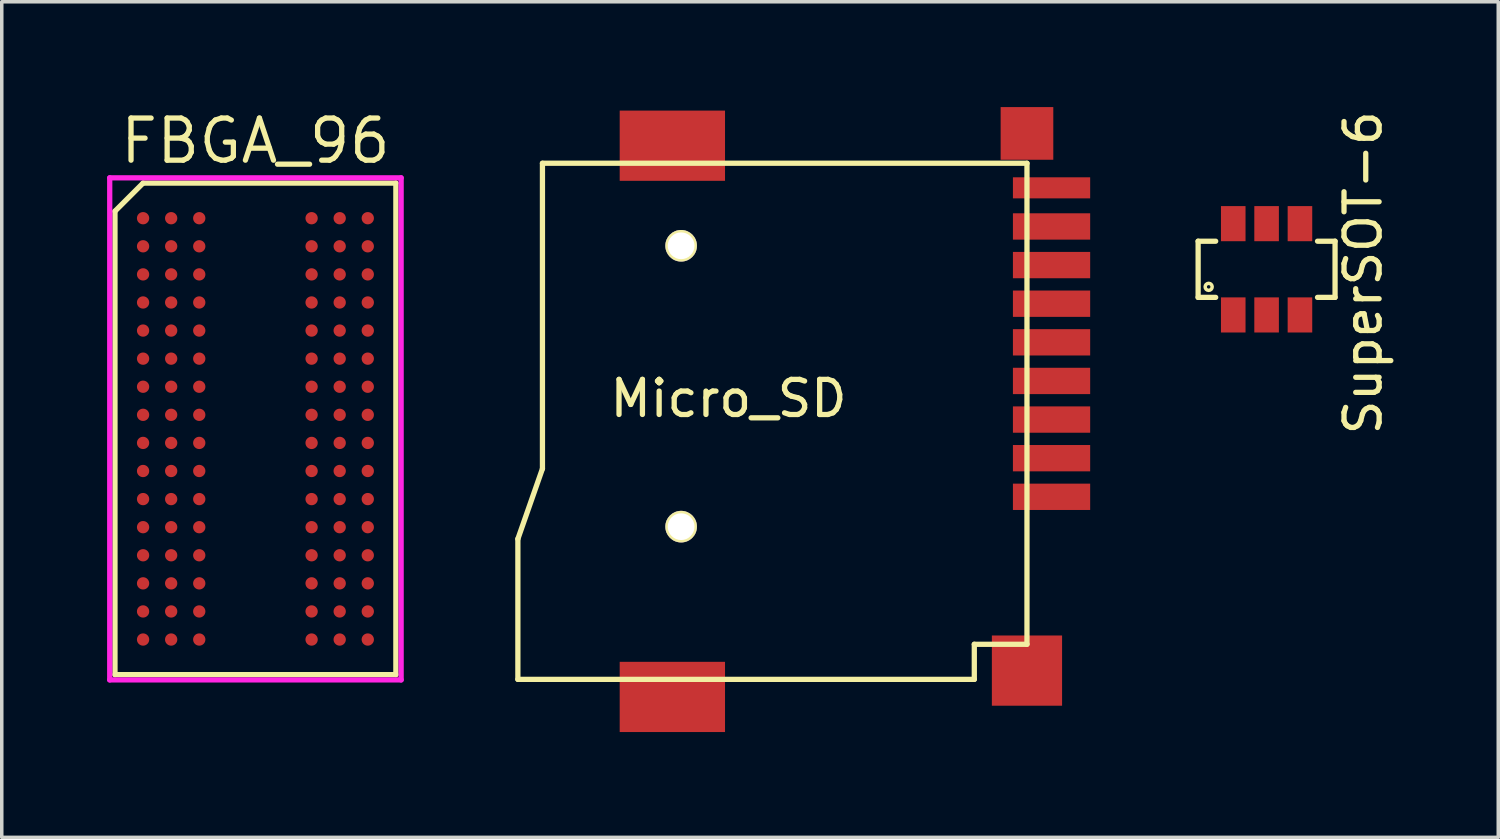
<source format=kicad_pcb>
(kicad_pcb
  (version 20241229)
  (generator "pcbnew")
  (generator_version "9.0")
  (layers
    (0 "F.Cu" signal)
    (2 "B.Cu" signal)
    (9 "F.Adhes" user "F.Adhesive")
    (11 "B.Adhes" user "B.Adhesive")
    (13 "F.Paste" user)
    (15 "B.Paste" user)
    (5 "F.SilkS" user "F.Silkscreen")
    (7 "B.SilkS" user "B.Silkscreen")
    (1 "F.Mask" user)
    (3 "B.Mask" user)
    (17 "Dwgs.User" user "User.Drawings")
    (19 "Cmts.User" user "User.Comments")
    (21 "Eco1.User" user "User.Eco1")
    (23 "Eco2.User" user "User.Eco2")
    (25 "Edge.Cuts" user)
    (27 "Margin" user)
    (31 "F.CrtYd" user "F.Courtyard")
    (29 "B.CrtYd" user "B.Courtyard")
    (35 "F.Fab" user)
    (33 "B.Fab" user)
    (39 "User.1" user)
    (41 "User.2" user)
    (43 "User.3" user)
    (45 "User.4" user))
  (footprint "FBGA_96"
    (layer "F.Cu")
    (at 4.225 9.165)
    (property "Reference" "FBGA_96" (at 0 -8.2 0) (layer "F.SilkS") (effects (font (size 1.2 1.2) (thickness 0.15))))
    (attr through_hole)
    (fp_line (start -4 -6.2) (end -4 7) (stroke (width 0.15) (type solid)) (layer "F.SilkS"))
    (fp_line (start -4 7) (end 4 7) (stroke (width 0.15) (type solid)) (layer "F.SilkS"))
    (fp_line (start -3.2 -7) (end -4 -6.2) (stroke (width 0.15) (type solid)) (layer "F.SilkS"))
    (fp_line (start 4 -7) (end -3.2 -7) (stroke (width 0.15) (type solid)) (layer "F.SilkS"))
    (fp_line (start 4 7) (end 4 -7) (stroke (width 0.15) (type solid)) (layer "F.SilkS"))
    (fp_line (start -4.15 -7.15) (end 4.15 -7.15) (stroke (width 0.15) (type solid)) (layer "F.CrtYd"))
    (fp_line (start -4.15 7.15) (end -4.15 -7.15) (stroke (width 0.15) (type solid)) (layer "F.CrtYd"))
    (fp_line (start 4.15 -7.15) (end 4.15 7.15) (stroke (width 0.15) (type solid)) (layer "F.CrtYd"))
    (fp_line (start 4.15 7.15) (end -4.15 7.15) (stroke (width 0.15) (type solid)) (layer "F.CrtYd"))
    (pad "A1" smd circle (at -3.2 -6) (size 0.35 0.35) (layers "F.Cu" "F.Mask" "F.Paste"))
    (pad "A2" smd circle (at -2.4 -6) (size 0.35 0.35) (layers "F.Cu" "F.Mask" "F.Paste"))
    (pad "A3" smd circle (at -1.6 -6) (size 0.35 0.35) (layers "F.Cu" "F.Mask" "F.Paste"))
    (pad "A7" smd circle (at 1.6 -6) (size 0.35 0.35) (layers "F.Cu" "F.Mask" "F.Paste"))
    (pad "A8" smd circle (at 2.4 -6) (size 0.35 0.35) (layers "F.Cu" "F.Mask" "F.Paste"))
    (pad "A9" smd circle (at 3.2 -6) (size 0.35 0.35) (layers "F.Cu" "F.Mask" "F.Paste"))
    (pad "B1" smd circle (at -3.2 -5.2) (size 0.35 0.35) (layers "F.Cu" "F.Mask" "F.Paste"))
    (pad "B2" smd circle (at -2.4 -5.2) (size 0.35 0.35) (layers "F.Cu" "F.Mask" "F.Paste"))
    (pad "B3" smd circle (at -1.6 -5.2) (size 0.35 0.35) (layers "F.Cu" "F.Mask" "F.Paste"))
    (pad "B7" smd circle (at 1.6 -5.2) (size 0.35 0.35) (layers "F.Cu" "F.Mask" "F.Paste"))
    (pad "B8" smd circle (at 2.4 -5.2) (size 0.35 0.35) (layers "F.Cu" "F.Mask" "F.Paste"))
    (pad "B9" smd circle (at 3.2 -5.2) (size 0.35 0.35) (layers "F.Cu" "F.Mask" "F.Paste"))
    (pad "C1" smd circle (at -3.2 -4.4) (size 0.35 0.35) (layers "F.Cu" "F.Mask" "F.Paste"))
    (pad "C2" smd circle (at -2.4 -4.4) (size 0.35 0.35) (layers "F.Cu" "F.Mask" "F.Paste"))
    (pad "C3" smd circle (at -1.6 -4.4) (size 0.35 0.35) (layers "F.Cu" "F.Mask" "F.Paste"))
    (pad "C7" smd circle (at 1.6 -4.4) (size 0.35 0.35) (layers "F.Cu" "F.Mask" "F.Paste"))
    (pad "C8" smd circle (at 2.4 -4.4) (size 0.35 0.35) (layers "F.Cu" "F.Mask" "F.Paste"))
    (pad "C9" smd circle (at 3.2 -4.4) (size 0.35 0.35) (layers "F.Cu" "F.Mask" "F.Paste"))
    (pad "D1" smd circle (at -3.2 -3.6) (size 0.35 0.35) (layers "F.Cu" "F.Mask" "F.Paste"))
    (pad "D2" smd circle (at -2.4 -3.6) (size 0.35 0.35) (layers "F.Cu" "F.Mask" "F.Paste"))
    (pad "D3" smd circle (at -1.6 -3.6) (size 0.35 0.35) (layers "F.Cu" "F.Mask" "F.Paste"))
    (pad "D7" smd circle (at 1.6 -3.6) (size 0.35 0.35) (layers "F.Cu" "F.Mask" "F.Paste"))
    (pad "D8" smd circle (at 2.4 -3.6) (size 0.35 0.35) (layers "F.Cu" "F.Mask" "F.Paste"))
    (pad "D9" smd circle (at 3.2 -3.6) (size 0.35 0.35) (layers "F.Cu" "F.Mask" "F.Paste"))
    (pad "E1" smd circle (at -3.2 -2.8) (size 0.35 0.35) (layers "F.Cu" "F.Mask" "F.Paste"))
    (pad "E2" smd circle (at -2.4 -2.8) (size 0.35 0.35) (layers "F.Cu" "F.Mask" "F.Paste"))
    (pad "E3" smd circle (at -1.6 -2.8) (size 0.35 0.35) (layers "F.Cu" "F.Mask" "F.Paste"))
    (pad "E7" smd circle (at 1.6 -2.8) (size 0.35 0.35) (layers "F.Cu" "F.Mask" "F.Paste"))
    (pad "E8" smd circle (at 2.4 -2.8) (size 0.35 0.35) (layers "F.Cu" "F.Mask" "F.Paste"))
    (pad "E9" smd circle (at 3.2 -2.8) (size 0.35 0.35) (layers "F.Cu" "F.Mask" "F.Paste"))
    (pad "F1" smd circle (at -3.2 -2) (size 0.35 0.35) (layers "F.Cu" "F.Mask" "F.Paste"))
    (pad "F2" smd circle (at -2.4 -2) (size 0.35 0.35) (layers "F.Cu" "F.Mask" "F.Paste"))
    (pad "F3" smd circle (at -1.6 -2) (size 0.35 0.35) (layers "F.Cu" "F.Mask" "F.Paste"))
    (pad "F7" smd circle (at 1.6 -2) (size 0.35 0.35) (layers "F.Cu" "F.Mask" "F.Paste"))
    (pad "F8" smd circle (at 2.4 -2) (size 0.35 0.35) (layers "F.Cu" "F.Mask" "F.Paste"))
    (pad "F9" smd circle (at 3.2 -2) (size 0.35 0.35) (layers "F.Cu" "F.Mask" "F.Paste"))
    (pad "G1" smd circle (at -3.2 -1.2) (size 0.35 0.35) (layers "F.Cu" "F.Mask" "F.Paste"))
    (pad "G2" smd circle (at -2.4 -1.2) (size 0.35 0.35) (layers "F.Cu" "F.Mask" "F.Paste"))
    (pad "G3" smd circle (at -1.6 -1.2) (size 0.35 0.35) (layers "F.Cu" "F.Mask" "F.Paste"))
    (pad "G7" smd circle (at 1.6 -1.2) (size 0.35 0.35) (layers "F.Cu" "F.Mask" "F.Paste"))
    (pad "G8" smd circle (at 2.4 -1.2) (size 0.35 0.35) (layers "F.Cu" "F.Mask" "F.Paste"))
    (pad "G9" smd circle (at 3.2 -1.2) (size 0.35 0.35) (layers "F.Cu" "F.Mask" "F.Paste"))
    (pad "H1" smd circle (at -3.2 -0.4) (size 0.35 0.35) (layers "F.Cu" "F.Mask" "F.Paste"))
    (pad "H2" smd circle (at -2.4 -0.4) (size 0.35 0.35) (layers "F.Cu" "F.Mask" "F.Paste"))
    (pad "H3" smd circle (at -1.6 -0.4) (size 0.35 0.35) (layers "F.Cu" "F.Mask" "F.Paste"))
    (pad "H7" smd circle (at 1.6 -0.4) (size 0.35 0.35) (layers "F.Cu" "F.Mask" "F.Paste"))
    (pad "H8" smd circle (at 2.4 -0.4) (size 0.35 0.35) (layers "F.Cu" "F.Mask" "F.Paste"))
    (pad "H9" smd circle (at 3.2 -0.4) (size 0.35 0.35) (layers "F.Cu" "F.Mask" "F.Paste"))
    (pad "J1" smd circle (at -3.2 0.4) (size 0.35 0.35) (layers "F.Cu" "F.Mask" "F.Paste"))
    (pad "J2" smd circle (at -2.4 0.4) (size 0.35 0.35) (layers "F.Cu" "F.Mask" "F.Paste"))
    (pad "J3" smd circle (at -1.6 0.4) (size 0.35 0.35) (layers "F.Cu" "F.Mask" "F.Paste"))
    (pad "J7" smd circle (at 1.6 0.4) (size 0.35 0.35) (layers "F.Cu" "F.Mask" "F.Paste"))
    (pad "J8" smd circle (at 2.4 0.4) (size 0.35 0.35) (layers "F.Cu" "F.Mask" "F.Paste"))
    (pad "J9" smd circle (at 3.2 0.4) (size 0.35 0.35) (layers "F.Cu" "F.Mask" "F.Paste"))
    (pad "K1" smd circle (at -3.2 1.2) (size 0.35 0.35) (layers "F.Cu" "F.Mask" "F.Paste"))
    (pad "K2" smd circle (at -2.4 1.2) (size 0.35 0.35) (layers "F.Cu" "F.Mask" "F.Paste"))
    (pad "K3" smd circle (at -1.6 1.2) (size 0.35 0.35) (layers "F.Cu" "F.Mask" "F.Paste"))
    (pad "K7" smd circle (at 1.6 1.2) (size 0.35 0.35) (layers "F.Cu" "F.Mask" "F.Paste"))
    (pad "K8" smd circle (at 2.4 1.2) (size 0.35 0.35) (layers "F.Cu" "F.Mask" "F.Paste"))
    (pad "K9" smd circle (at 3.2 1.2) (size 0.35 0.35) (layers "F.Cu" "F.Mask" "F.Paste"))
    (pad "L1" smd circle (at -3.2 2) (size 0.35 0.35) (layers "F.Cu" "F.Mask" "F.Paste"))
    (pad "L2" smd circle (at -2.4 2) (size 0.35 0.35) (layers "F.Cu" "F.Mask" "F.Paste"))
    (pad "L3" smd circle (at -1.6 2) (size 0.35 0.35) (layers "F.Cu" "F.Mask" "F.Paste"))
    (pad "L7" smd circle (at 1.6 2) (size 0.35 0.35) (layers "F.Cu" "F.Mask" "F.Paste"))
    (pad "L8" smd circle (at 2.4 2) (size 0.35 0.35) (layers "F.Cu" "F.Mask" "F.Paste"))
    (pad "L9" smd circle (at 3.2 2) (size 0.35 0.35) (layers "F.Cu" "F.Mask" "F.Paste"))
    (pad "M1" smd circle (at -3.2 2.8) (size 0.35 0.35) (layers "F.Cu" "F.Mask" "F.Paste"))
    (pad "M2" smd circle (at -2.4 2.8) (size 0.35 0.35) (layers "F.Cu" "F.Mask" "F.Paste"))
    (pad "M3" smd circle (at -1.6 2.8) (size 0.35 0.35) (layers "F.Cu" "F.Mask" "F.Paste"))
    (pad "M7" smd circle (at 1.6 2.8) (size 0.35 0.35) (layers "F.Cu" "F.Mask" "F.Paste"))
    (pad "M8" smd circle (at 2.4 2.8) (size 0.35 0.35) (layers "F.Cu" "F.Mask" "F.Paste"))
    (pad "M9" smd circle (at 3.2 2.8) (size 0.35 0.35) (layers "F.Cu" "F.Mask" "F.Paste"))
    (pad "N1" smd circle (at -3.2 3.6) (size 0.35 0.35) (layers "F.Cu" "F.Mask" "F.Paste"))
    (pad "N2" smd circle (at -2.4 3.6) (size 0.35 0.35) (layers "F.Cu" "F.Mask" "F.Paste"))
    (pad "N3" smd circle (at -1.6 3.6) (size 0.35 0.35) (layers "F.Cu" "F.Mask" "F.Paste"))
    (pad "N7" smd circle (at 1.6 3.6) (size 0.35 0.35) (layers "F.Cu" "F.Mask" "F.Paste"))
    (pad "N8" smd circle (at 2.4 3.6) (size 0.35 0.35) (layers "F.Cu" "F.Mask" "F.Paste"))
    (pad "N9" smd circle (at 3.2 3.6) (size 0.35 0.35) (layers "F.Cu" "F.Mask" "F.Paste"))
    (pad "P1" smd circle (at -3.2 4.4) (size 0.35 0.35) (layers "F.Cu" "F.Mask" "F.Paste"))
    (pad "P2" smd circle (at -2.4 4.4) (size 0.35 0.35) (layers "F.Cu" "F.Mask" "F.Paste"))
    (pad "P3" smd circle (at -1.6 4.4) (size 0.35 0.35) (layers "F.Cu" "F.Mask" "F.Paste"))
    (pad "P7" smd circle (at 1.6 4.4) (size 0.35 0.35) (layers "F.Cu" "F.Mask" "F.Paste"))
    (pad "P8" smd circle (at 2.4 4.4) (size 0.35 0.35) (layers "F.Cu" "F.Mask" "F.Paste"))
    (pad "P9" smd circle (at 3.2 4.4) (size 0.35 0.35) (layers "F.Cu" "F.Mask" "F.Paste"))
    (pad "R1" smd circle (at -3.2 5.2) (size 0.35 0.35) (layers "F.Cu" "F.Mask" "F.Paste"))
    (pad "R2" smd circle (at -2.4 5.2) (size 0.35 0.35) (layers "F.Cu" "F.Mask" "F.Paste"))
    (pad "R3" smd circle (at -1.6 5.2) (size 0.35 0.35) (layers "F.Cu" "F.Mask" "F.Paste"))
    (pad "R7" smd circle (at 1.6 5.2) (size 0.35 0.35) (layers "F.Cu" "F.Mask" "F.Paste"))
    (pad "R8" smd circle (at 2.4 5.2) (size 0.35 0.35) (layers "F.Cu" "F.Mask" "F.Paste"))
    (pad "R9" smd circle (at 3.2 5.2) (size 0.35 0.35) (layers "F.Cu" "F.Mask" "F.Paste"))
    (pad "T1" smd circle (at -3.2 6) (size 0.35 0.35) (layers "F.Cu" "F.Mask" "F.Paste"))
    (pad "T2" smd circle (at -2.4 6) (size 0.35 0.35) (layers "F.Cu" "F.Mask" "F.Paste"))
    (pad "T3" smd circle (at -1.6 6) (size 0.35 0.35) (layers "F.Cu" "F.Mask" "F.Paste"))
    (pad "T7" smd circle (at 1.6 6) (size 0.35 0.35) (layers "F.Cu" "F.Mask" "F.Paste"))
    (pad "T8" smd circle (at 2.4 6) (size 0.35 0.35) (layers "F.Cu" "F.Mask" "F.Paste"))
    (pad "T9" smd circle (at 3.2 6) (size 0.35 0.35) (layers "F.Cu" "F.Mask" "F.Paste")))
  (footprint "Micro_SD"
    (layer "F.Cu")
    (at 11.7 16.3)
    (property "Reference" "Micro_SD" (at 6 -8 0) (layer "F.SilkS") (effects (font (size 1 1) (thickness 0.15))))
    (attr through_hole)
    (fp_line (start 0 -4) (end 0.7 -6) (stroke (width 0.15) (type solid)) (layer "F.SilkS"))
    (fp_line (start 0 0) (end 0 -4) (stroke (width 0.15) (type solid)) (layer "F.SilkS"))
    (fp_line (start 0.7 -14.7) (end 14.5 -14.7) (stroke (width 0.15) (type solid)) (layer "F.SilkS"))
    (fp_line (start 0.7 -6) (end 0.7 -14.7) (stroke (width 0.15) (type solid)) (layer "F.SilkS"))
    (fp_line (start 13 -1) (end 14.5 -1) (stroke (width 0.15) (type solid)) (layer "F.SilkS"))
    (fp_line (start 13 0) (end 0 0) (stroke (width 0.15) (type solid)) (layer "F.SilkS"))
    (fp_line (start 13 0) (end 13 -1) (stroke (width 0.15) (type solid)) (layer "F.SilkS"))
    (fp_line (start 14.5 -14.7) (end 14.5 -1) (stroke (width 0.15) (type solid)) (layer "F.SilkS"))
    (pad "" np_thru_hole circle (at 4.65 -12.35) (size 0.9 0.9) (drill 0.762) (layers "*.Cu" "*.Mask" "F.SilkS"))
    (pad "" np_thru_hole circle (at 4.65 -4.35) (size 0.9 0.9) (drill 0.762) (layers "*.Cu" "*.Mask" "F.SilkS"))
    (pad "1" smd rect (at 15.2 -5.2) (size 2.2 0.75) (layers "F.Cu" "F.Mask" "F.Paste"))
    (pad "2" smd rect (at 15.2 -6.3) (size 2.2 0.75) (layers "F.Cu" "F.Mask" "F.Paste"))
    (pad "3" smd rect (at 15.2 -7.4) (size 2.2 0.75) (layers "F.Cu" "F.Mask" "F.Paste"))
    (pad "4" smd rect (at 15.2 -8.5) (size 2.2 0.75) (layers "F.Cu" "F.Mask" "F.Paste"))
    (pad "5" smd rect (at 15.2 -9.6) (size 2.2 0.75) (layers "F.Cu" "F.Mask" "F.Paste"))
    (pad "6" smd rect (at 15.2 -10.7) (size 2.2 0.75) (layers "F.Cu" "F.Mask" "F.Paste"))
    (pad "7" smd rect (at 15.2 -11.8) (size 2.2 0.75) (layers "F.Cu" "F.Mask" "F.Paste"))
    (pad "8" smd rect (at 15.2 -12.9) (size 2.2 0.75) (layers "F.Cu" "F.Mask" "F.Paste"))
    (pad "9" smd rect (at 15.2 -14) (size 2.2 0.6) (layers "F.Cu" "F.Mask" "F.Paste"))
    (pad "10" smd rect (at 14.5 -0.25) (size 2 2) (layers "F.Cu" "F.Mask" "F.Paste"))
    (pad "11" smd rect (at 4.4 0.5) (size 3 2) (layers "F.Cu" "F.Mask" "F.Paste"))
    (pad "12" smd rect (at 4.4 -15.2) (size 3 2) (layers "F.Cu" "F.Mask" "F.Paste"))
    (pad "13" smd rect (at 14.5 -15.55) (size 1.5 1.5) (layers "F.Cu" "F.Mask" "F.Paste")))
  (footprint "SuperSOT-6"
    (layer "F.Cu")
    (at 32.075 5.92)
    (property "Reference" "SuperSOT-6" (at 3.7 -1.2 90) (layer "F.SilkS") (effects (font (size 1 1) (thickness 0.15))))
    (attr through_hole)
    (fp_line (start -1 -2.1) (end -0.5 -2.1) (stroke (width 0.15) (type solid)) (layer "F.SilkS"))
    (fp_line (start -1 -0.5) (end -1 -2.1) (stroke (width 0.15) (type solid)) (layer "F.SilkS"))
    (fp_line (start -1 -0.5) (end -0.5 -0.5) (stroke (width 0.15) (type solid)) (layer "F.SilkS"))
    (fp_line (start 2.9 -2.1) (end 2.4 -2.1) (stroke (width 0.15) (type solid)) (layer "F.SilkS"))
    (fp_line (start 2.9 -2.1) (end 2.9 -0.5) (stroke (width 0.15) (type solid)) (layer "F.SilkS"))
    (fp_line (start 2.9 -0.5) (end 2.4 -0.5) (stroke (width 0.15) (type solid)) (layer "F.SilkS"))
    (fp_circle (center -0.7 -0.8) (end -0.6 -0.8) (stroke (width 0.1) (type solid)) (fill no) (layer "F.SilkS"))
    (pad "1" smd rect (at 0 0) (size 0.7 1) (layers "F.Cu" "F.Mask" "F.Paste"))
    (pad "2" smd rect (at 0.95 0) (size 0.7 1) (layers "F.Cu" "F.Mask" "F.Paste"))
    (pad "3" smd rect (at 1.9 0) (size 0.7 1) (layers "F.Cu" "F.Mask" "F.Paste"))
    (pad "4" smd rect (at 1.9 -2.6) (size 0.7 1) (layers "F.Cu" "F.Mask" "F.Paste"))
    (pad "5" smd rect (at 0.95 -2.6) (size 0.7 1) (layers "F.Cu" "F.Mask" "F.Paste"))
    (pad "6" smd rect (at 0 -2.6) (size 0.7 1) (layers "F.Cu" "F.Mask" "F.Paste")))
  (gr_rect
    (start -3 -3)
    (end 39.623 20.8)
    (stroke (width 0.1) (type default))
    (fill no)
    (layer "Edge.Cuts")))
</source>
